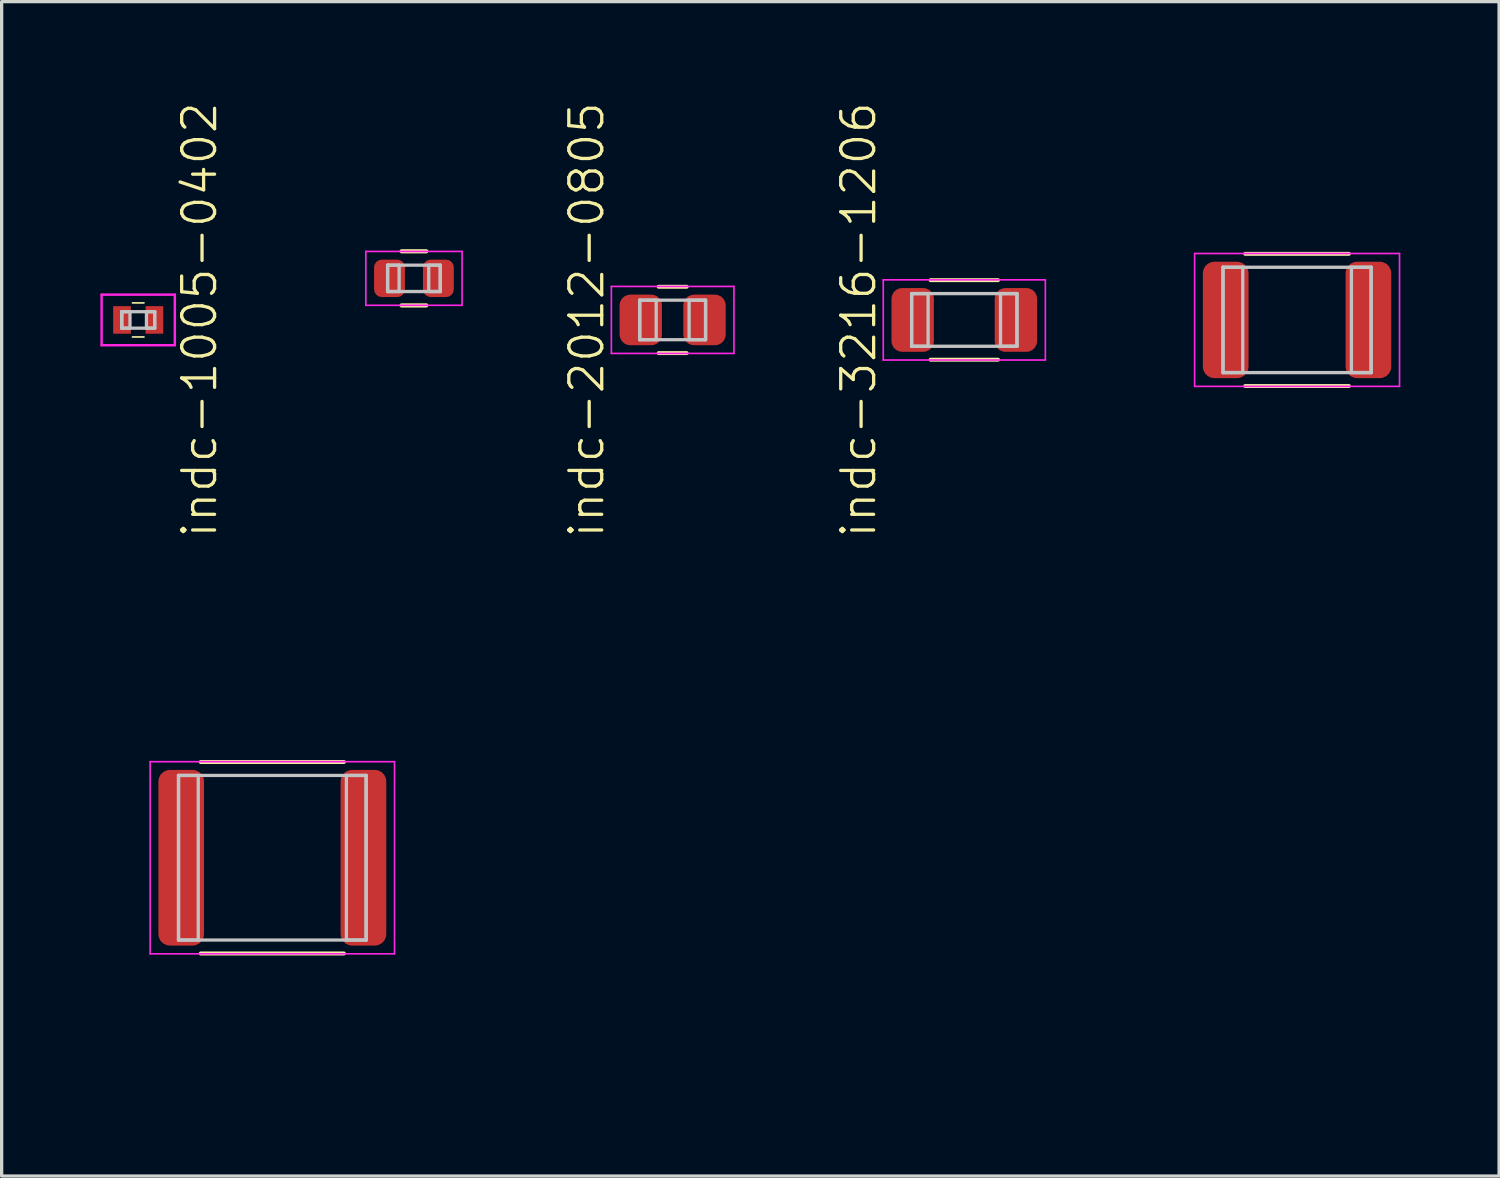
<source format=kicad_pcb>
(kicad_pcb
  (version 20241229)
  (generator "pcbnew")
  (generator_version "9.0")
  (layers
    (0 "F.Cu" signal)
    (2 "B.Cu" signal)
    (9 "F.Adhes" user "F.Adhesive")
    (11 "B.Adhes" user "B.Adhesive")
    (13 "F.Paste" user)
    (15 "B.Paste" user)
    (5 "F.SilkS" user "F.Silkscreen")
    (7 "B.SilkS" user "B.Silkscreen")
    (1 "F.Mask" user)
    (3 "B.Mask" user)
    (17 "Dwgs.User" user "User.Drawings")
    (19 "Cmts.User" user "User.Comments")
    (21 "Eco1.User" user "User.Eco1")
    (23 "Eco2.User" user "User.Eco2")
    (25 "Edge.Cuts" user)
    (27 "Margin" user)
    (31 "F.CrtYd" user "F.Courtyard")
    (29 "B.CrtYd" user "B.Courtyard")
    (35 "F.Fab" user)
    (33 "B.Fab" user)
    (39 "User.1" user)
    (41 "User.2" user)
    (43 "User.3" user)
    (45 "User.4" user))
  (footprint "indc-2012-0805"
    (layer "F.Cu")
    (at 17.384 6.669)
    (property "Reference" "indc-2012-0805" (at -2.612 0 90) (layer "F.SilkS") (effects (font (size 1 1) (thickness 0.1))))
    (attr through_hole)
    (fp_line (start -0.425 -1.008) (end 0.425 -1.008) (stroke (width 0.12) (type solid)) (layer "F.SilkS"))
    (fp_line (start -0.425 1.008) (end 0.425 1.008) (stroke (width 0.12) (type solid)) (layer "F.SilkS"))
    (fp_line (start -1 -0.6) (end -1 0.6) (stroke (width 0.1) (type solid)) (layer "Dwgs.User"))
    (fp_line (start -1 -0.6) (end -1 0.6) (stroke (width 0.1) (type solid)) (layer "Dwgs.User"))
    (fp_line (start -1 0.6) (end -0.5 0.6) (stroke (width 0.1) (type solid)) (layer "Dwgs.User"))
    (fp_line (start -1 0.6) (end 1 0.6) (stroke (width 0.1) (type solid)) (layer "Dwgs.User"))
    (fp_line (start -0.5 -0.6) (end -1 -0.6) (stroke (width 0.1) (type solid)) (layer "Dwgs.User"))
    (fp_line (start -0.5 0.6) (end -0.5 -0.6) (stroke (width 0.1) (type solid)) (layer "Dwgs.User"))
    (fp_line (start 0.5 -0.6) (end 0.5 0.6) (stroke (width 0.1) (type solid)) (layer "Dwgs.User"))
    (fp_line (start 0.5 0.6) (end 1 0.6) (stroke (width 0.1) (type solid)) (layer "Dwgs.User"))
    (fp_line (start 1 -0.6) (end -1 -0.6) (stroke (width 0.1) (type solid)) (layer "Dwgs.User"))
    (fp_line (start 1 -0.6) (end 0.5 -0.6) (stroke (width 0.1) (type solid)) (layer "Dwgs.User"))
    (fp_line (start 1 0.6) (end 1 -0.6) (stroke (width 0.1) (type solid)) (layer "Dwgs.User"))
    (fp_line (start 1 0.6) (end 1 -0.6) (stroke (width 0.1) (type solid)) (layer "Dwgs.User"))
    (fp_line (start -1.862 -1.018) (end -1.862 1.018) (stroke (width 0.05) (type solid)) (layer "F.CrtYd"))
    (fp_line (start -1.862 1.018) (end 1.862 1.018) (stroke (width 0.05) (type solid)) (layer "F.CrtYd"))
    (fp_line (start 1.862 -1.018) (end -1.862 -1.018) (stroke (width 0.05) (type solid)) (layer "F.CrtYd"))
    (fp_line (start 1.862 1.018) (end 1.862 -1.018) (stroke (width 0.05) (type solid)) (layer "F.CrtYd"))
    (pad "1" smd roundrect (at -0.968 0) (size 1.287 1.537) (layers "F.Cu" "F.Mask" "F.Paste") (roundrect_rratio 0.25))
    (pad "2" smd roundrect (at 0.968 0) (size 1.287 1.537) (layers "F.Cu" "F.Mask" "F.Paste") (roundrect_rratio 0.25)))
  (footprint "indc-5750-2220"
    (layer "F.Cu")
    (at 5.223 23.007)
    (property "Reference" "indc-5750-2220" (at -4.462 0 90) (layer "User.1") (effects (font (size 1 1) (thickness 0.1))))
    (attr through_hole)
    (fp_line (start -2.175 -2.908) (end 2.175 -2.908) (stroke (width 0.12) (type solid)) (layer "F.SilkS"))
    (fp_line (start -2.175 2.908) (end 2.175 2.908) (stroke (width 0.12) (type solid)) (layer "F.SilkS"))
    (fp_line (start -2.85 -2.5) (end -2.85 2.5) (stroke (width 0.1) (type solid)) (layer "Dwgs.User"))
    (fp_line (start -2.85 -2.5) (end -2.85 2.5) (stroke (width 0.1) (type solid)) (layer "Dwgs.User"))
    (fp_line (start -2.85 2.5) (end -2.25 2.5) (stroke (width 0.1) (type solid)) (layer "Dwgs.User"))
    (fp_line (start -2.85 2.5) (end 2.85 2.5) (stroke (width 0.1) (type solid)) (layer "Dwgs.User"))
    (fp_line (start -2.25 -2.5) (end -2.85 -2.5) (stroke (width 0.1) (type solid)) (layer "Dwgs.User"))
    (fp_line (start -2.25 2.5) (end -2.25 -2.5) (stroke (width 0.1) (type solid)) (layer "Dwgs.User"))
    (fp_line (start 2.25 -2.5) (end 2.25 2.5) (stroke (width 0.1) (type solid)) (layer "Dwgs.User"))
    (fp_line (start 2.25 2.5) (end 2.85 2.5) (stroke (width 0.1) (type solid)) (layer "Dwgs.User"))
    (fp_line (start 2.85 -2.5) (end -2.85 -2.5) (stroke (width 0.1) (type solid)) (layer "Dwgs.User"))
    (fp_line (start 2.85 -2.5) (end 2.25 -2.5) (stroke (width 0.1) (type solid)) (layer "Dwgs.User"))
    (fp_line (start 2.85 2.5) (end 2.85 -2.5) (stroke (width 0.1) (type solid)) (layer "Dwgs.User"))
    (fp_line (start 2.85 2.5) (end 2.85 -2.5) (stroke (width 0.1) (type solid)) (layer "Dwgs.User"))
    (fp_line (start -3.712 -2.918) (end -3.712 2.918) (stroke (width 0.05) (type solid)) (layer "F.CrtYd"))
    (fp_line (start -3.712 2.918) (end 3.712 2.918) (stroke (width 0.05) (type solid)) (layer "F.CrtYd"))
    (fp_line (start 3.712 -2.918) (end -3.712 -2.918) (stroke (width 0.05) (type solid)) (layer "F.CrtYd"))
    (fp_line (start 3.712 2.918) (end 3.712 -2.918) (stroke (width 0.05) (type solid)) (layer "F.CrtYd"))
    (pad "1" smd roundrect (at -2.768 0) (size 1.387 5.337) (layers "F.Cu" "F.Mask" "F.Paste") (roundrect_rratio 0.25))
    (pad "2" smd roundrect (at 2.768 0) (size 1.387 5.337) (layers "F.Cu" "F.Mask" "F.Paste") (roundrect_rratio 0.25)))
  (footprint "indc-1608-0603"
    (layer "F.Cu")
    (at 9.525 5.406)
    (property "Reference" "indc-1608-0603" (at -2.062 0 90) (layer "User.1") (effects (font (size 0.8 0.8) (thickness 0.127))))
    (attr through_hole)
    (fp_line (start -0.375 -0.822) (end 0.375 -0.822) (stroke (width 0.127) (type solid)) (layer "F.SilkS"))
    (fp_line (start -0.375 0.822) (end 0.375 0.822) (stroke (width 0.127) (type solid)) (layer "F.SilkS"))
    (fp_line (start -0.8 -0.4) (end -0.8 0.4) (stroke (width 0.1) (type solid)) (layer "Dwgs.User"))
    (fp_line (start -0.8 -0.4) (end -0.8 0.4) (stroke (width 0.1) (type solid)) (layer "Dwgs.User"))
    (fp_line (start -0.8 0.4) (end -0.45 0.4) (stroke (width 0.1) (type solid)) (layer "Dwgs.User"))
    (fp_line (start -0.8 0.4) (end 0.8 0.4) (stroke (width 0.1) (type solid)) (layer "Dwgs.User"))
    (fp_line (start -0.45 -0.4) (end -0.8 -0.4) (stroke (width 0.1) (type solid)) (layer "Dwgs.User"))
    (fp_line (start -0.45 0.4) (end -0.45 -0.4) (stroke (width 0.1) (type solid)) (layer "Dwgs.User"))
    (fp_line (start 0.45 -0.4) (end 0.45 0.4) (stroke (width 0.1) (type solid)) (layer "Dwgs.User"))
    (fp_line (start 0.45 0.4) (end 0.8 0.4) (stroke (width 0.1) (type solid)) (layer "Dwgs.User"))
    (fp_line (start 0.8 -0.4) (end -0.8 -0.4) (stroke (width 0.1) (type solid)) (layer "Dwgs.User"))
    (fp_line (start 0.8 -0.4) (end 0.45 -0.4) (stroke (width 0.1) (type solid)) (layer "Dwgs.User"))
    (fp_line (start 0.8 0.4) (end 0.8 -0.4) (stroke (width 0.1) (type solid)) (layer "Dwgs.User"))
    (fp_line (start 0.8 0.4) (end 0.8 -0.4) (stroke (width 0.1) (type solid)) (layer "Dwgs.User"))
    (fp_line (start -1.462 -0.818) (end -1.462 0.818) (stroke (width 0.05) (type solid)) (layer "F.CrtYd"))
    (fp_line (start -1.462 0.818) (end 1.462 0.818) (stroke (width 0.05) (type solid)) (layer "F.CrtYd"))
    (fp_line (start 1.462 -0.818) (end -1.462 -0.818) (stroke (width 0.05) (type solid)) (layer "F.CrtYd"))
    (fp_line (start 1.462 0.818) (end 1.462 -0.818) (stroke (width 0.05) (type solid)) (layer "F.CrtYd"))
    (pad "1" smd roundrect (at -0.743 0) (size 0.937 1.137) (layers "F.Cu" "F.Mask" "F.Paste") (roundrect_rratio 0.25))
    (pad "2" smd roundrect (at 0.743 0) (size 0.937 1.137) (layers "F.Cu" "F.Mask" "F.Paste") (roundrect_rratio 0.25)))
  (footprint "indc-3216-1206"
    (layer "F.Cu")
    (at 26.244 6.669)
    (property "Reference" "indc-3216-1206" (at -3.212 0 90) (layer "F.SilkS") (effects (font (size 1 1) (thickness 0.1))))
    (attr through_hole)
    (fp_line (start -1.025 -1.208) (end 1.025 -1.208) (stroke (width 0.12) (type solid)) (layer "F.SilkS"))
    (fp_line (start -1.025 1.208) (end 1.025 1.208) (stroke (width 0.12) (type solid)) (layer "F.SilkS"))
    (fp_line (start -1.6 -0.8) (end -1.6 0.8) (stroke (width 0.1) (type solid)) (layer "Dwgs.User"))
    (fp_line (start -1.6 -0.8) (end -1.6 0.8) (stroke (width 0.1) (type solid)) (layer "Dwgs.User"))
    (fp_line (start -1.6 0.8) (end -1.1 0.8) (stroke (width 0.1) (type solid)) (layer "Dwgs.User"))
    (fp_line (start -1.6 0.8) (end 1.6 0.8) (stroke (width 0.1) (type solid)) (layer "Dwgs.User"))
    (fp_line (start -1.1 -0.8) (end -1.6 -0.8) (stroke (width 0.1) (type solid)) (layer "Dwgs.User"))
    (fp_line (start -1.1 0.8) (end -1.1 -0.8) (stroke (width 0.1) (type solid)) (layer "Dwgs.User"))
    (fp_line (start 1.1 -0.8) (end 1.1 0.8) (stroke (width 0.1) (type solid)) (layer "Dwgs.User"))
    (fp_line (start 1.1 0.8) (end 1.6 0.8) (stroke (width 0.1) (type solid)) (layer "Dwgs.User"))
    (fp_line (start 1.6 -0.8) (end -1.6 -0.8) (stroke (width 0.1) (type solid)) (layer "Dwgs.User"))
    (fp_line (start 1.6 -0.8) (end 1.1 -0.8) (stroke (width 0.1) (type solid)) (layer "Dwgs.User"))
    (fp_line (start 1.6 0.8) (end 1.6 -0.8) (stroke (width 0.1) (type solid)) (layer "Dwgs.User"))
    (fp_line (start 1.6 0.8) (end 1.6 -0.8) (stroke (width 0.1) (type solid)) (layer "Dwgs.User"))
    (fp_line (start -2.462 -1.218) (end -2.462 1.218) (stroke (width 0.05) (type solid)) (layer "F.CrtYd"))
    (fp_line (start -2.462 1.218) (end 2.462 1.218) (stroke (width 0.05) (type solid)) (layer "F.CrtYd"))
    (fp_line (start 2.462 -1.218) (end -2.462 -1.218) (stroke (width 0.05) (type solid)) (layer "F.CrtYd"))
    (fp_line (start 2.462 1.218) (end 2.462 -1.218) (stroke (width 0.05) (type solid)) (layer "F.CrtYd"))
    (pad "1" smd roundrect (at -1.568 0) (size 1.287 1.937) (layers "F.Cu" "F.Mask" "F.Paste") (roundrect_rratio 0.25))
    (pad "2" smd roundrect (at 1.568 0) (size 1.287 1.937) (layers "F.Cu" "F.Mask" "F.Paste") (roundrect_rratio 0.25)))
  (footprint "indc-4532-1812"
    (layer "F.Cu")
    (at 36.353 6.669)
    (property "Reference" "indc-4532-1812" (at -3.862 0 90) (layer "User.1") (effects (font (size 1 1) (thickness 0.1))))
    (attr through_hole)
    (fp_line (start -1.575 -2.008) (end 1.575 -2.008) (stroke (width 0.12) (type solid)) (layer "F.SilkS"))
    (fp_line (start -1.575 2.008) (end 1.575 2.008) (stroke (width 0.12) (type solid)) (layer "F.SilkS"))
    (fp_line (start -2.25 -1.6) (end -2.25 1.6) (stroke (width 0.1) (type solid)) (layer "Dwgs.User"))
    (fp_line (start -2.25 -1.6) (end -2.25 1.6) (stroke (width 0.1) (type solid)) (layer "Dwgs.User"))
    (fp_line (start -2.25 1.6) (end -1.65 1.6) (stroke (width 0.1) (type solid)) (layer "Dwgs.User"))
    (fp_line (start -2.25 1.6) (end 2.25 1.6) (stroke (width 0.1) (type solid)) (layer "Dwgs.User"))
    (fp_line (start -1.65 -1.6) (end -2.25 -1.6) (stroke (width 0.1) (type solid)) (layer "Dwgs.User"))
    (fp_line (start -1.65 1.6) (end -1.65 -1.6) (stroke (width 0.1) (type solid)) (layer "Dwgs.User"))
    (fp_line (start 1.65 -1.6) (end 1.65 1.6) (stroke (width 0.1) (type solid)) (layer "Dwgs.User"))
    (fp_line (start 1.65 1.6) (end 2.25 1.6) (stroke (width 0.1) (type solid)) (layer "Dwgs.User"))
    (fp_line (start 2.25 -1.6) (end -2.25 -1.6) (stroke (width 0.1) (type solid)) (layer "Dwgs.User"))
    (fp_line (start 2.25 -1.6) (end 1.65 -1.6) (stroke (width 0.1) (type solid)) (layer "Dwgs.User"))
    (fp_line (start 2.25 1.6) (end 2.25 -1.6) (stroke (width 0.1) (type solid)) (layer "Dwgs.User"))
    (fp_line (start 2.25 1.6) (end 2.25 -1.6) (stroke (width 0.1) (type solid)) (layer "Dwgs.User"))
    (fp_line (start -3.112 -2.018) (end -3.112 2.018) (stroke (width 0.05) (type solid)) (layer "F.CrtYd"))
    (fp_line (start -3.112 2.018) (end 3.112 2.018) (stroke (width 0.05) (type solid)) (layer "F.CrtYd"))
    (fp_line (start 3.112 -2.018) (end -3.112 -2.018) (stroke (width 0.05) (type solid)) (layer "F.CrtYd"))
    (fp_line (start 3.112 2.018) (end 3.112 -2.018) (stroke (width 0.05) (type solid)) (layer "F.CrtYd"))
    (pad "1" smd roundrect (at -2.168 0) (size 1.387 3.537) (layers "F.Cu" "F.Mask" "F.Paste") (roundrect_rratio 0.25))
    (pad "2" smd roundrect (at 2.168 0) (size 1.387 3.537) (layers "F.Cu" "F.Mask" "F.Paste") (roundrect_rratio 0.25)))
  (footprint "indc-1005-0402"
    (layer "F.Cu")
    (at 1.149 6.669)
    (property "Reference" "indc-1005-0402" (at 1.862 0 90) (layer "F.SilkS") (effects (font (size 1 1) (thickness 0.1))))
    (attr through_hole)
    (fp_line (start -0.175 -0.518) (end 0.175 -0.518) (stroke (width 0.05) (type solid)) (layer "F.SilkS"))
    (fp_line (start -0.175 0.518) (end 0.175 0.518) (stroke (width 0.05) (type solid)) (layer "F.SilkS"))
    (fp_line (start -0.5 -0.25) (end -0.5 0.25) (stroke (width 0.1) (type solid)) (layer "Dwgs.User"))
    (fp_line (start -0.5 -0.25) (end -0.5 0.25) (stroke (width 0.1) (type solid)) (layer "Dwgs.User"))
    (fp_line (start -0.5 0.25) (end -0.25 0.25) (stroke (width 0.1) (type solid)) (layer "Dwgs.User"))
    (fp_line (start -0.5 0.25) (end 0.5 0.25) (stroke (width 0.1) (type solid)) (layer "Dwgs.User"))
    (fp_line (start -0.25 -0.25) (end -0.5 -0.25) (stroke (width 0.1) (type solid)) (layer "Dwgs.User"))
    (fp_line (start -0.25 0.25) (end -0.25 -0.25) (stroke (width 0.1) (type solid)) (layer "Dwgs.User"))
    (fp_line (start 0.25 -0.25) (end 0.25 0.25) (stroke (width 0.1) (type solid)) (layer "Dwgs.User"))
    (fp_line (start 0.25 0.25) (end 0.5 0.25) (stroke (width 0.1) (type solid)) (layer "Dwgs.User"))
    (fp_line (start 0.5 -0.25) (end -0.5 -0.25) (stroke (width 0.1) (type solid)) (layer "Dwgs.User"))
    (fp_line (start 0.5 -0.25) (end 0.25 -0.25) (stroke (width 0.1) (type solid)) (layer "Dwgs.User"))
    (fp_line (start 0.5 0.25) (end 0.5 -0.25) (stroke (width 0.1) (type solid)) (layer "Dwgs.User"))
    (fp_line (start 0.5 0.25) (end 0.5 -0.25) (stroke (width 0.1) (type solid)) (layer "Dwgs.User"))
    (fp_line (start -0.75 0) (end 0.75 0) (stroke (width 0.05) (type solid)) (layer "Eco1.User"))
    (fp_line (start 0 -0.75) (end 0 0.75) (stroke (width 0.05) (type solid)) (layer "Eco1.User"))
    (fp_circle (center 0 0) (end 0.5 0) (stroke (width 0.05) (type solid)) (fill no) (layer "Eco1.User"))
    (fp_line (start -1.112 -0.768) (end -1.112 0.768) (stroke (width 0.075) (type solid)) (layer "F.CrtYd"))
    (fp_line (start -1.112 0.768) (end 1.112 0.768) (stroke (width 0.075) (type solid)) (layer "F.CrtYd"))
    (fp_line (start 1.112 -0.768) (end -1.112 -0.768) (stroke (width 0.075) (type solid)) (layer "F.CrtYd"))
    (fp_line (start 1.112 0.768) (end 1.112 -0.768) (stroke (width 0.075) (type solid)) (layer "F.CrtYd"))
    (pad "1" smd rect (at -0.493 0) (size 0.537 0.837) (layers "F.Cu" "F.Mask" "F.Paste"))
    (pad "2" smd rect (at 0.493 0) (size 0.537 0.837) (layers "F.Cu" "F.Mask" "F.Paste")))
  (gr_rect
    (start -3 -3)
    (end 42.49 32.676)
    (stroke (width 0.1) (type default))
    (fill no)
    (layer "Edge.Cuts")))
</source>
